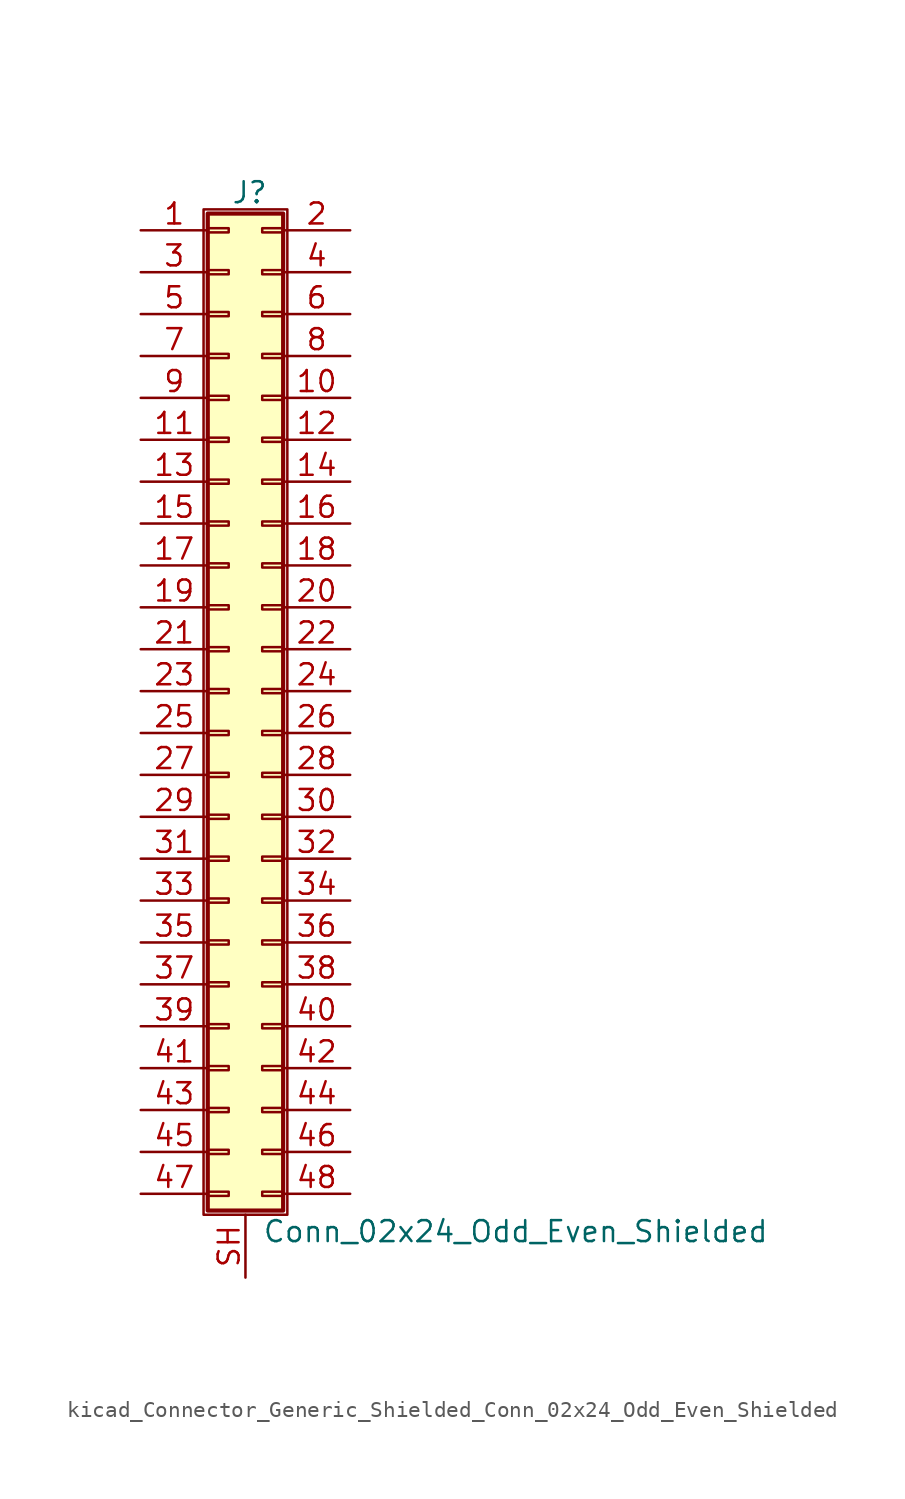
<source format=kicad_sym>
(kicad_symbol_lib
  (version 20220914)
  (generator kicad_symbol_editor)
  (symbol "kicad_Connector_Generic_Shielded_Conn_02x24_Odd_Even_Shielded"
    (pin_names
      (offset 1.016) hide)
    (property "Reference" "J"
      (at 1.524 30.226 0)
      (effects (font (size 1.27 1.27))))
    (property "Value" "Conn_02x24_Odd_Even_Shielded"
      (at 2.286 -32.766 0)
      (effects (font (size 1.27 1.27)) (justify left)))
    (symbol "kicad_Connector_Generic_Shielded_Conn_02x24_Odd_Even_Shielded_1_1"
      (rectangle (start -1.27 29.21) (end 3.81 -31.75) (stroke (width 0.152) (type default)) (fill (type none)))
      (rectangle (start -1.016 -30.353) (end 0.254 -30.607) (stroke (width 0.152) (type default)) (fill (type none)))
      (rectangle (start -1.016 -27.813) (end 0.254 -28.067) (stroke (width 0.152) (type default)) (fill (type none)))
      (rectangle (start -1.016 -25.273) (end 0.254 -25.527) (stroke (width 0.152) (type default)) (fill (type none)))
      (rectangle (start -1.016 -22.733) (end 0.254 -22.987) (stroke (width 0.152) (type default)) (fill (type none)))
      (rectangle (start -1.016 -20.193) (end 0.254 -20.447) (stroke (width 0.152) (type default)) (fill (type none)))
      (rectangle (start -1.016 -17.653) (end 0.254 -17.907) (stroke (width 0.152) (type default)) (fill (type none)))
      (rectangle (start -1.016 -15.113) (end 0.254 -15.367) (stroke (width 0.152) (type default)) (fill (type none)))
      (rectangle (start -1.016 -12.573) (end 0.254 -12.827) (stroke (width 0.152) (type default)) (fill (type none)))
      (rectangle (start -1.016 -10.033) (end 0.254 -10.287) (stroke (width 0.152) (type default)) (fill (type none)))
      (rectangle (start -1.016 -7.493) (end 0.254 -7.747) (stroke (width 0.152) (type default)) (fill (type none)))
      (rectangle (start -1.016 -4.953) (end 0.254 -5.207) (stroke (width 0.152) (type default)) (fill (type none)))
      (rectangle (start -1.016 -2.413) (end 0.254 -2.667) (stroke (width 0.152) (type default)) (fill (type none)))
      (rectangle (start -1.016 0.127) (end 0.254 -0.127) (stroke (width 0.152) (type default)) (fill (type none)))
      (rectangle (start -1.016 2.667) (end 0.254 2.413) (stroke (width 0.152) (type default)) (fill (type none)))
      (rectangle (start -1.016 5.207) (end 0.254 4.953) (stroke (width 0.152) (type default)) (fill (type none)))
      (rectangle (start -1.016 7.747) (end 0.254 7.493) (stroke (width 0.152) (type default)) (fill (type none)))
      (rectangle (start -1.016 10.287) (end 0.254 10.033) (stroke (width 0.152) (type default)) (fill (type none)))
      (rectangle (start -1.016 12.827) (end 0.254 12.573) (stroke (width 0.152) (type default)) (fill (type none)))
      (rectangle (start -1.016 15.367) (end 0.254 15.113) (stroke (width 0.152) (type default)) (fill (type none)))
      (rectangle (start -1.016 17.907) (end 0.254 17.653) (stroke (width 0.152) (type default)) (fill (type none)))
      (rectangle (start -1.016 20.447) (end 0.254 20.193) (stroke (width 0.152) (type default)) (fill (type none)))
      (rectangle (start -1.016 22.987) (end 0.254 22.733) (stroke (width 0.152) (type default)) (fill (type none)))
      (rectangle (start -1.016 25.527) (end 0.254 25.273) (stroke (width 0.152) (type default)) (fill (type none)))
      (rectangle (start -1.016 28.067) (end 0.254 27.813) (stroke (width 0.152) (type default)) (fill (type none)))
      (rectangle (start -1.016 28.956) (end 3.556 -31.496) (stroke (width 0.254) (type default)) (fill (type background)))
      (rectangle (start 3.556 -30.353) (end 2.286 -30.607) (stroke (width 0.152) (type default)) (fill (type none)))
      (rectangle (start 3.556 -27.813) (end 2.286 -28.067) (stroke (width 0.152) (type default)) (fill (type none)))
      (rectangle (start 3.556 -25.273) (end 2.286 -25.527) (stroke (width 0.152) (type default)) (fill (type none)))
      (rectangle (start 3.556 -22.733) (end 2.286 -22.987) (stroke (width 0.152) (type default)) (fill (type none)))
      (rectangle (start 3.556 -20.193) (end 2.286 -20.447) (stroke (width 0.152) (type default)) (fill (type none)))
      (rectangle (start 3.556 -17.653) (end 2.286 -17.907) (stroke (width 0.152) (type default)) (fill (type none)))
      (rectangle (start 3.556 -15.113) (end 2.286 -15.367) (stroke (width 0.152) (type default)) (fill (type none)))
      (rectangle (start 3.556 -12.573) (end 2.286 -12.827) (stroke (width 0.152) (type default)) (fill (type none)))
      (rectangle (start 3.556 -10.033) (end 2.286 -10.287) (stroke (width 0.152) (type default)) (fill (type none)))
      (rectangle (start 3.556 -7.493) (end 2.286 -7.747) (stroke (width 0.152) (type default)) (fill (type none)))
      (rectangle (start 3.556 -4.953) (end 2.286 -5.207) (stroke (width 0.152) (type default)) (fill (type none)))
      (rectangle (start 3.556 -2.413) (end 2.286 -2.667) (stroke (width 0.152) (type default)) (fill (type none)))
      (rectangle (start 3.556 0.127) (end 2.286 -0.127) (stroke (width 0.152) (type default)) (fill (type none)))
      (rectangle (start 3.556 2.667) (end 2.286 2.413) (stroke (width 0.152) (type default)) (fill (type none)))
      (rectangle (start 3.556 5.207) (end 2.286 4.953) (stroke (width 0.152) (type default)) (fill (type none)))
      (rectangle (start 3.556 7.747) (end 2.286 7.493) (stroke (width 0.152) (type default)) (fill (type none)))
      (rectangle (start 3.556 10.287) (end 2.286 10.033) (stroke (width 0.152) (type default)) (fill (type none)))
      (rectangle (start 3.556 12.827) (end 2.286 12.573) (stroke (width 0.152) (type default)) (fill (type none)))
      (rectangle (start 3.556 15.367) (end 2.286 15.113) (stroke (width 0.152) (type default)) (fill (type none)))
      (rectangle (start 3.556 17.907) (end 2.286 17.653) (stroke (width 0.152) (type default)) (fill (type none)))
      (rectangle (start 3.556 20.447) (end 2.286 20.193) (stroke (width 0.152) (type default)) (fill (type none)))
      (rectangle (start 3.556 22.987) (end 2.286 22.733) (stroke (width 0.152) (type default)) (fill (type none)))
      (rectangle (start 3.556 25.527) (end 2.286 25.273) (stroke (width 0.152) (type default)) (fill (type none)))
      (rectangle (start 3.556 28.067) (end 2.286 27.813) (stroke (width 0.152) (type default)) (fill (type none)))
      (pin passive line (at -5.08 27.94 0) (length 4.064) (name "Pin_1" (effects (font (size 1.27 1.27)))) (number "1" (effects (font (size 1.27 1.27)))))
      (pin passive line (at 7.62 17.78 180) (length 4.064) (name "Pin_10" (effects (font (size 1.27 1.27)))) (number "10" (effects (font (size 1.27 1.27)))))
      (pin passive line (at -5.08 15.24 0) (length 4.064) (name "Pin_11" (effects (font (size 1.27 1.27)))) (number "11" (effects (font (size 1.27 1.27)))))
      (pin passive line (at 7.62 15.24 180) (length 4.064) (name "Pin_12" (effects (font (size 1.27 1.27)))) (number "12" (effects (font (size 1.27 1.27)))))
      (pin passive line (at -5.08 12.7 0) (length 4.064) (name "Pin_13" (effects (font (size 1.27 1.27)))) (number "13" (effects (font (size 1.27 1.27)))))
      (pin passive line (at 7.62 12.7 180) (length 4.064) (name "Pin_14" (effects (font (size 1.27 1.27)))) (number "14" (effects (font (size 1.27 1.27)))))
      (pin passive line (at -5.08 10.16 0) (length 4.064) (name "Pin_15" (effects (font (size 1.27 1.27)))) (number "15" (effects (font (size 1.27 1.27)))))
      (pin passive line (at 7.62 10.16 180) (length 4.064) (name "Pin_16" (effects (font (size 1.27 1.27)))) (number "16" (effects (font (size 1.27 1.27)))))
      (pin passive line (at -5.08 7.62 0) (length 4.064) (name "Pin_17" (effects (font (size 1.27 1.27)))) (number "17" (effects (font (size 1.27 1.27)))))
      (pin passive line (at 7.62 7.62 180) (length 4.064) (name "Pin_18" (effects (font (size 1.27 1.27)))) (number "18" (effects (font (size 1.27 1.27)))))
      (pin passive line (at -5.08 5.08 0) (length 4.064) (name "Pin_19" (effects (font (size 1.27 1.27)))) (number "19" (effects (font (size 1.27 1.27)))))
      (pin passive line (at 7.62 27.94 180) (length 4.064) (name "Pin_2" (effects (font (size 1.27 1.27)))) (number "2" (effects (font (size 1.27 1.27)))))
      (pin passive line (at 7.62 5.08 180) (length 4.064) (name "Pin_20" (effects (font (size 1.27 1.27)))) (number "20" (effects (font (size 1.27 1.27)))))
      (pin passive line (at -5.08 2.54 0) (length 4.064) (name "Pin_21" (effects (font (size 1.27 1.27)))) (number "21" (effects (font (size 1.27 1.27)))))
      (pin passive line (at 7.62 2.54 180) (length 4.064) (name "Pin_22" (effects (font (size 1.27 1.27)))) (number "22" (effects (font (size 1.27 1.27)))))
      (pin passive line (at -5.08 0 0) (length 4.064) (name "Pin_23" (effects (font (size 1.27 1.27)))) (number "23" (effects (font (size 1.27 1.27)))))
      (pin passive line (at 7.62 0 180) (length 4.064) (name "Pin_24" (effects (font (size 1.27 1.27)))) (number "24" (effects (font (size 1.27 1.27)))))
      (pin passive line (at -5.08 -2.54 0) (length 4.064) (name "Pin_25" (effects (font (size 1.27 1.27)))) (number "25" (effects (font (size 1.27 1.27)))))
      (pin passive line (at 7.62 -2.54 180) (length 4.064) (name "Pin_26" (effects (font (size 1.27 1.27)))) (number "26" (effects (font (size 1.27 1.27)))))
      (pin passive line (at -5.08 -5.08 0) (length 4.064) (name "Pin_27" (effects (font (size 1.27 1.27)))) (number "27" (effects (font (size 1.27 1.27)))))
      (pin passive line (at 7.62 -5.08 180) (length 4.064) (name "Pin_28" (effects (font (size 1.27 1.27)))) (number "28" (effects (font (size 1.27 1.27)))))
      (pin passive line (at -5.08 -7.62 0) (length 4.064) (name "Pin_29" (effects (font (size 1.27 1.27)))) (number "29" (effects (font (size 1.27 1.27)))))
      (pin passive line (at -5.08 25.4 0) (length 4.064) (name "Pin_3" (effects (font (size 1.27 1.27)))) (number "3" (effects (font (size 1.27 1.27)))))
      (pin passive line (at 7.62 -7.62 180) (length 4.064) (name "Pin_30" (effects (font (size 1.27 1.27)))) (number "30" (effects (font (size 1.27 1.27)))))
      (pin passive line (at -5.08 -10.16 0) (length 4.064) (name "Pin_31" (effects (font (size 1.27 1.27)))) (number "31" (effects (font (size 1.27 1.27)))))
      (pin passive line (at 7.62 -10.16 180) (length 4.064) (name "Pin_32" (effects (font (size 1.27 1.27)))) (number "32" (effects (font (size 1.27 1.27)))))
      (pin passive line (at -5.08 -12.7 0) (length 4.064) (name "Pin_33" (effects (font (size 1.27 1.27)))) (number "33" (effects (font (size 1.27 1.27)))))
      (pin passive line (at 7.62 -12.7 180) (length 4.064) (name "Pin_34" (effects (font (size 1.27 1.27)))) (number "34" (effects (font (size 1.27 1.27)))))
      (pin passive line (at -5.08 -15.24 0) (length 4.064) (name "Pin_35" (effects (font (size 1.27 1.27)))) (number "35" (effects (font (size 1.27 1.27)))))
      (pin passive line (at 7.62 -15.24 180) (length 4.064) (name "Pin_36" (effects (font (size 1.27 1.27)))) (number "36" (effects (font (size 1.27 1.27)))))
      (pin passive line (at -5.08 -17.78 0) (length 4.064) (name "Pin_37" (effects (font (size 1.27 1.27)))) (number "37" (effects (font (size 1.27 1.27)))))
      (pin passive line (at 7.62 -17.78 180) (length 4.064) (name "Pin_38" (effects (font (size 1.27 1.27)))) (number "38" (effects (font (size 1.27 1.27)))))
      (pin passive line (at -5.08 -20.32 0) (length 4.064) (name "Pin_39" (effects (font (size 1.27 1.27)))) (number "39" (effects (font (size 1.27 1.27)))))
      (pin passive line (at 7.62 25.4 180) (length 4.064) (name "Pin_4" (effects (font (size 1.27 1.27)))) (number "4" (effects (font (size 1.27 1.27)))))
      (pin passive line (at 7.62 -20.32 180) (length 4.064) (name "Pin_40" (effects (font (size 1.27 1.27)))) (number "40" (effects (font (size 1.27 1.27)))))
      (pin passive line (at -5.08 -22.86 0) (length 4.064) (name "Pin_41" (effects (font (size 1.27 1.27)))) (number "41" (effects (font (size 1.27 1.27)))))
      (pin passive line (at 7.62 -22.86 180) (length 4.064) (name "Pin_42" (effects (font (size 1.27 1.27)))) (number "42" (effects (font (size 1.27 1.27)))))
      (pin passive line (at -5.08 -25.4 0) (length 4.064) (name "Pin_43" (effects (font (size 1.27 1.27)))) (number "43" (effects (font (size 1.27 1.27)))))
      (pin passive line (at 7.62 -25.4 180) (length 4.064) (name "Pin_44" (effects (font (size 1.27 1.27)))) (number "44" (effects (font (size 1.27 1.27)))))
      (pin passive line (at -5.08 -27.94 0) (length 4.064) (name "Pin_45" (effects (font (size 1.27 1.27)))) (number "45" (effects (font (size 1.27 1.27)))))
      (pin passive line (at 7.62 -27.94 180) (length 4.064) (name "Pin_46" (effects (font (size 1.27 1.27)))) (number "46" (effects (font (size 1.27 1.27)))))
      (pin passive line (at -5.08 -30.48 0) (length 4.064) (name "Pin_47" (effects (font (size 1.27 1.27)))) (number "47" (effects (font (size 1.27 1.27)))))
      (pin passive line (at 7.62 -30.48 180) (length 4.064) (name "Pin_48" (effects (font (size 1.27 1.27)))) (number "48" (effects (font (size 1.27 1.27)))))
      (pin passive line (at -5.08 22.86 0) (length 4.064) (name "Pin_5" (effects (font (size 1.27 1.27)))) (number "5" (effects (font (size 1.27 1.27)))))
      (pin passive line (at 7.62 22.86 180) (length 4.064) (name "Pin_6" (effects (font (size 1.27 1.27)))) (number "6" (effects (font (size 1.27 1.27)))))
      (pin passive line (at -5.08 20.32 0) (length 4.064) (name "Pin_7" (effects (font (size 1.27 1.27)))) (number "7" (effects (font (size 1.27 1.27)))))
      (pin passive line (at 7.62 20.32 180) (length 4.064) (name "Pin_8" (effects (font (size 1.27 1.27)))) (number "8" (effects (font (size 1.27 1.27)))))
      (pin passive line (at -5.08 17.78 0) (length 4.064) (name "Pin_9" (effects (font (size 1.27 1.27)))) (number "9" (effects (font (size 1.27 1.27)))))
      (pin passive line (at 1.27 -35.56 90) (length 3.81) (name "Shield" (effects (font (size 1.27 1.27)))) (number "SH" (effects (font (size 1.27 1.27))))))))
</source>
